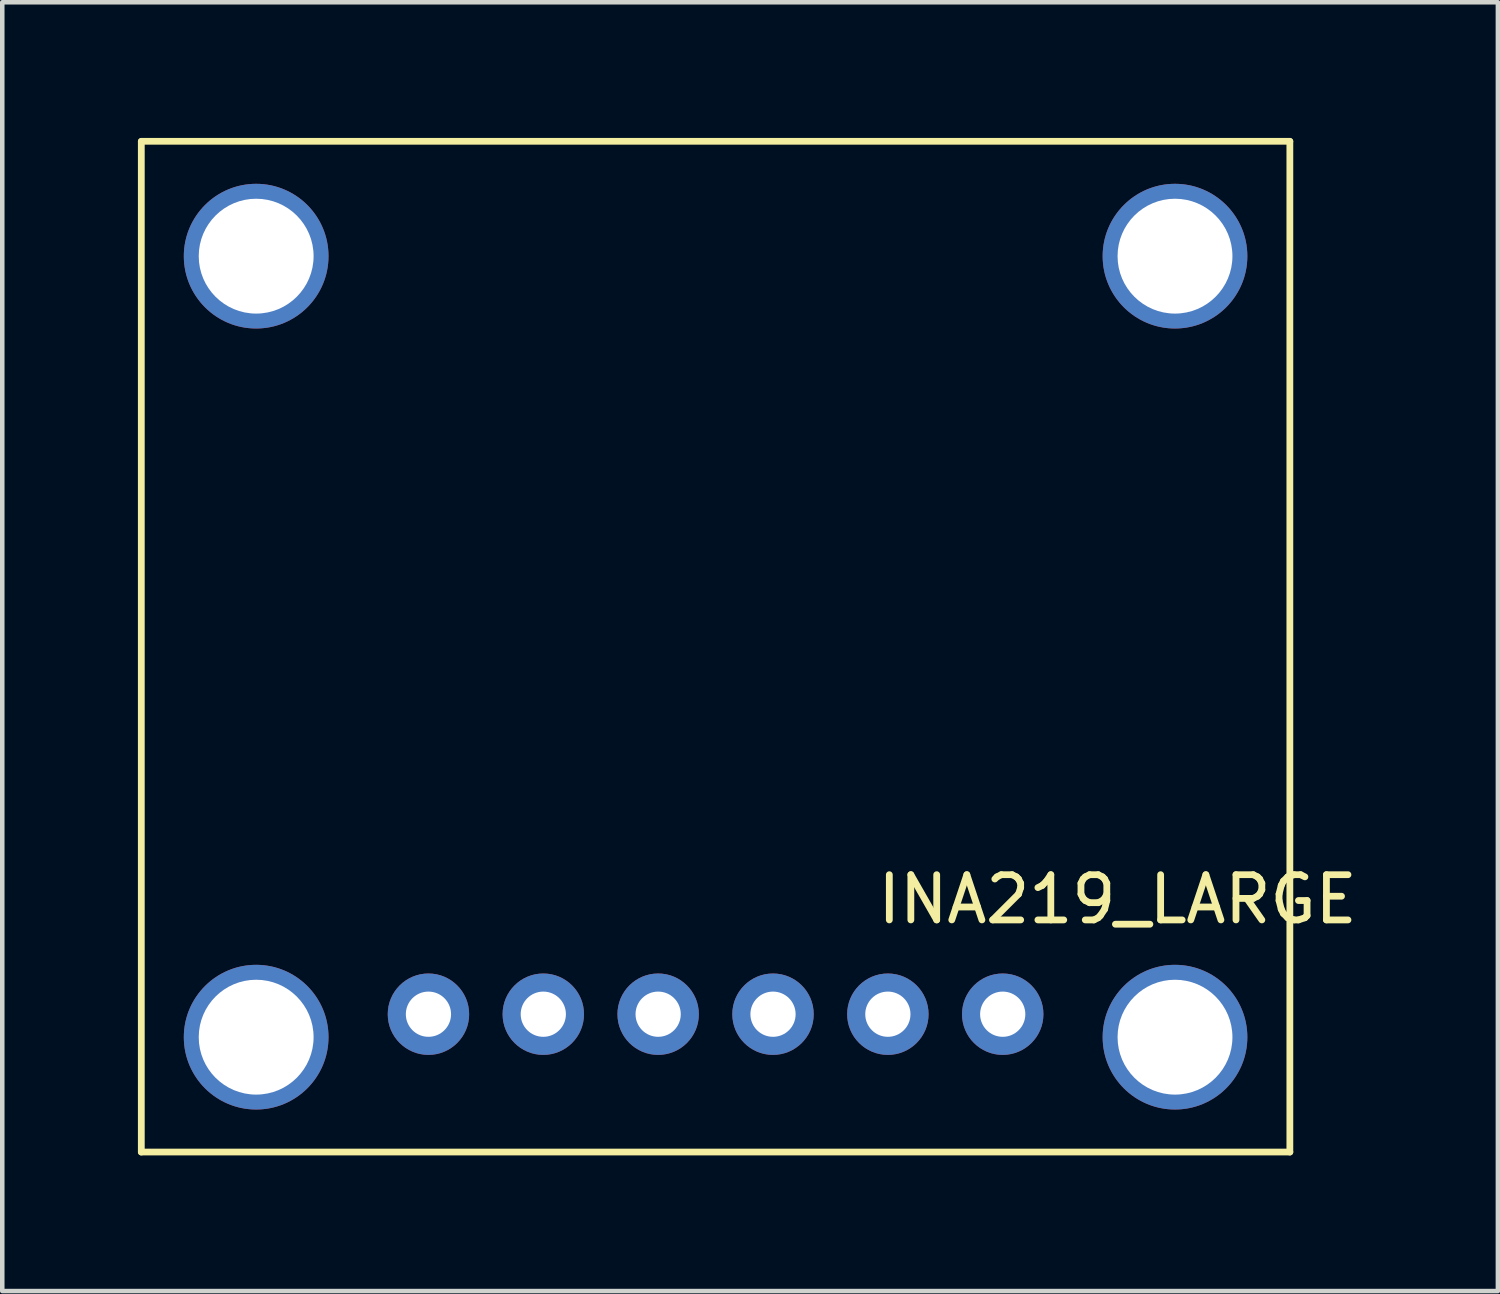
<source format=kicad_pcb>
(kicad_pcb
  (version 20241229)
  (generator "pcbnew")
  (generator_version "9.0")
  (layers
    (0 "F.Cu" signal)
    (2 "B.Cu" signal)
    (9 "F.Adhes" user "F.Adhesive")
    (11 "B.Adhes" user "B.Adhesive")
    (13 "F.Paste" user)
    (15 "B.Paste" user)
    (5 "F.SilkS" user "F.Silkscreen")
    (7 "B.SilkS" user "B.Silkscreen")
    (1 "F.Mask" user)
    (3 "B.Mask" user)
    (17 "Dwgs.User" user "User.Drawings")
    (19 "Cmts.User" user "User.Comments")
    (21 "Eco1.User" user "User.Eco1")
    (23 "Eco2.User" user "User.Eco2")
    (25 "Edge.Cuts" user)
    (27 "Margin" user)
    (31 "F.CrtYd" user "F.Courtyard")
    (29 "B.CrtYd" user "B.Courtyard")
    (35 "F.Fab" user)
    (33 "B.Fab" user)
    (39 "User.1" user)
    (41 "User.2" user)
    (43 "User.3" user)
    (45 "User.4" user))
  (footprint "INA219_LARGE"
    (layer "F.Cu")
    (at 6.425 19.379)
    (property "Reference" "INA219_LARGE" (at 15.24 -2.54 0) (layer "F.SilkS") (effects (font (size 1 1) (thickness 0.15))))
    (attr through_hole)
    (fp_line (start -6.35 -19.304) (end 19.05 -19.304) (stroke (width 0.15) (type solid)) (layer "F.SilkS"))
    (fp_line (start -6.35 3.048) (end -6.35 -19.3) (stroke (width 0.15) (type solid)) (layer "F.SilkS"))
    (fp_line (start -6.35 3.048) (end 19.05 3.048) (stroke (width 0.15) (type solid)) (layer "F.SilkS"))
    (fp_line (start 19.05 3.048) (end 19.05 -19.3) (stroke (width 0.15) (type solid)) (layer "F.SilkS"))
    (pad "" thru_hole circle (at -3.81 -16.764) (size 3.2 3.2) (drill 2.54) (layers "*.Cu" "*.Mask"))
    (pad "" thru_hole circle (at -3.81 0.508) (size 3.2 3.2) (drill 2.54) (layers "*.Cu" "*.Mask"))
    (pad "" thru_hole circle (at 16.51 -16.764) (size 3.2 3.2) (drill 2.54) (layers "*.Cu" "*.Mask"))
    (pad "" thru_hole circle (at 16.51 0.508) (size 3.2 3.2) (drill 2.54) (layers "*.Cu" "*.Mask"))
    (pad "GND" thru_hole circle (at 2.54 0) (size 1.8 1.8) (drill 1) (layers "*.Cu" "*.Mask"))
    (pad "SCL" thru_hole circle (at 5.08 0) (size 1.8 1.8) (drill 1) (layers "*.Cu" "*.Mask"))
    (pad "SDA" thru_hole circle (at 7.62 0) (size 1.8 1.8) (drill 1) (layers "*.Cu" "*.Mask"))
    (pad "VCC" thru_hole circle (at 0 0) (size 1.8 1.8) (drill 1) (layers "*.Cu" "*.Mask"))
    (pad "VIN+" thru_hole circle (at 12.7 0) (size 1.8 1.8) (drill 1) (layers "*.Cu" "*.Mask"))
    (pad "VIN-" thru_hole circle (at 10.16 0) (size 1.8 1.8) (drill 1) (layers "*.Cu" "*.Mask")))
  (gr_rect
    (start -3 -3)
    (end 30.076 25.502)
    (stroke (width 0.1) (type default))
    (fill no)
    (layer "Edge.Cuts")))
</source>
